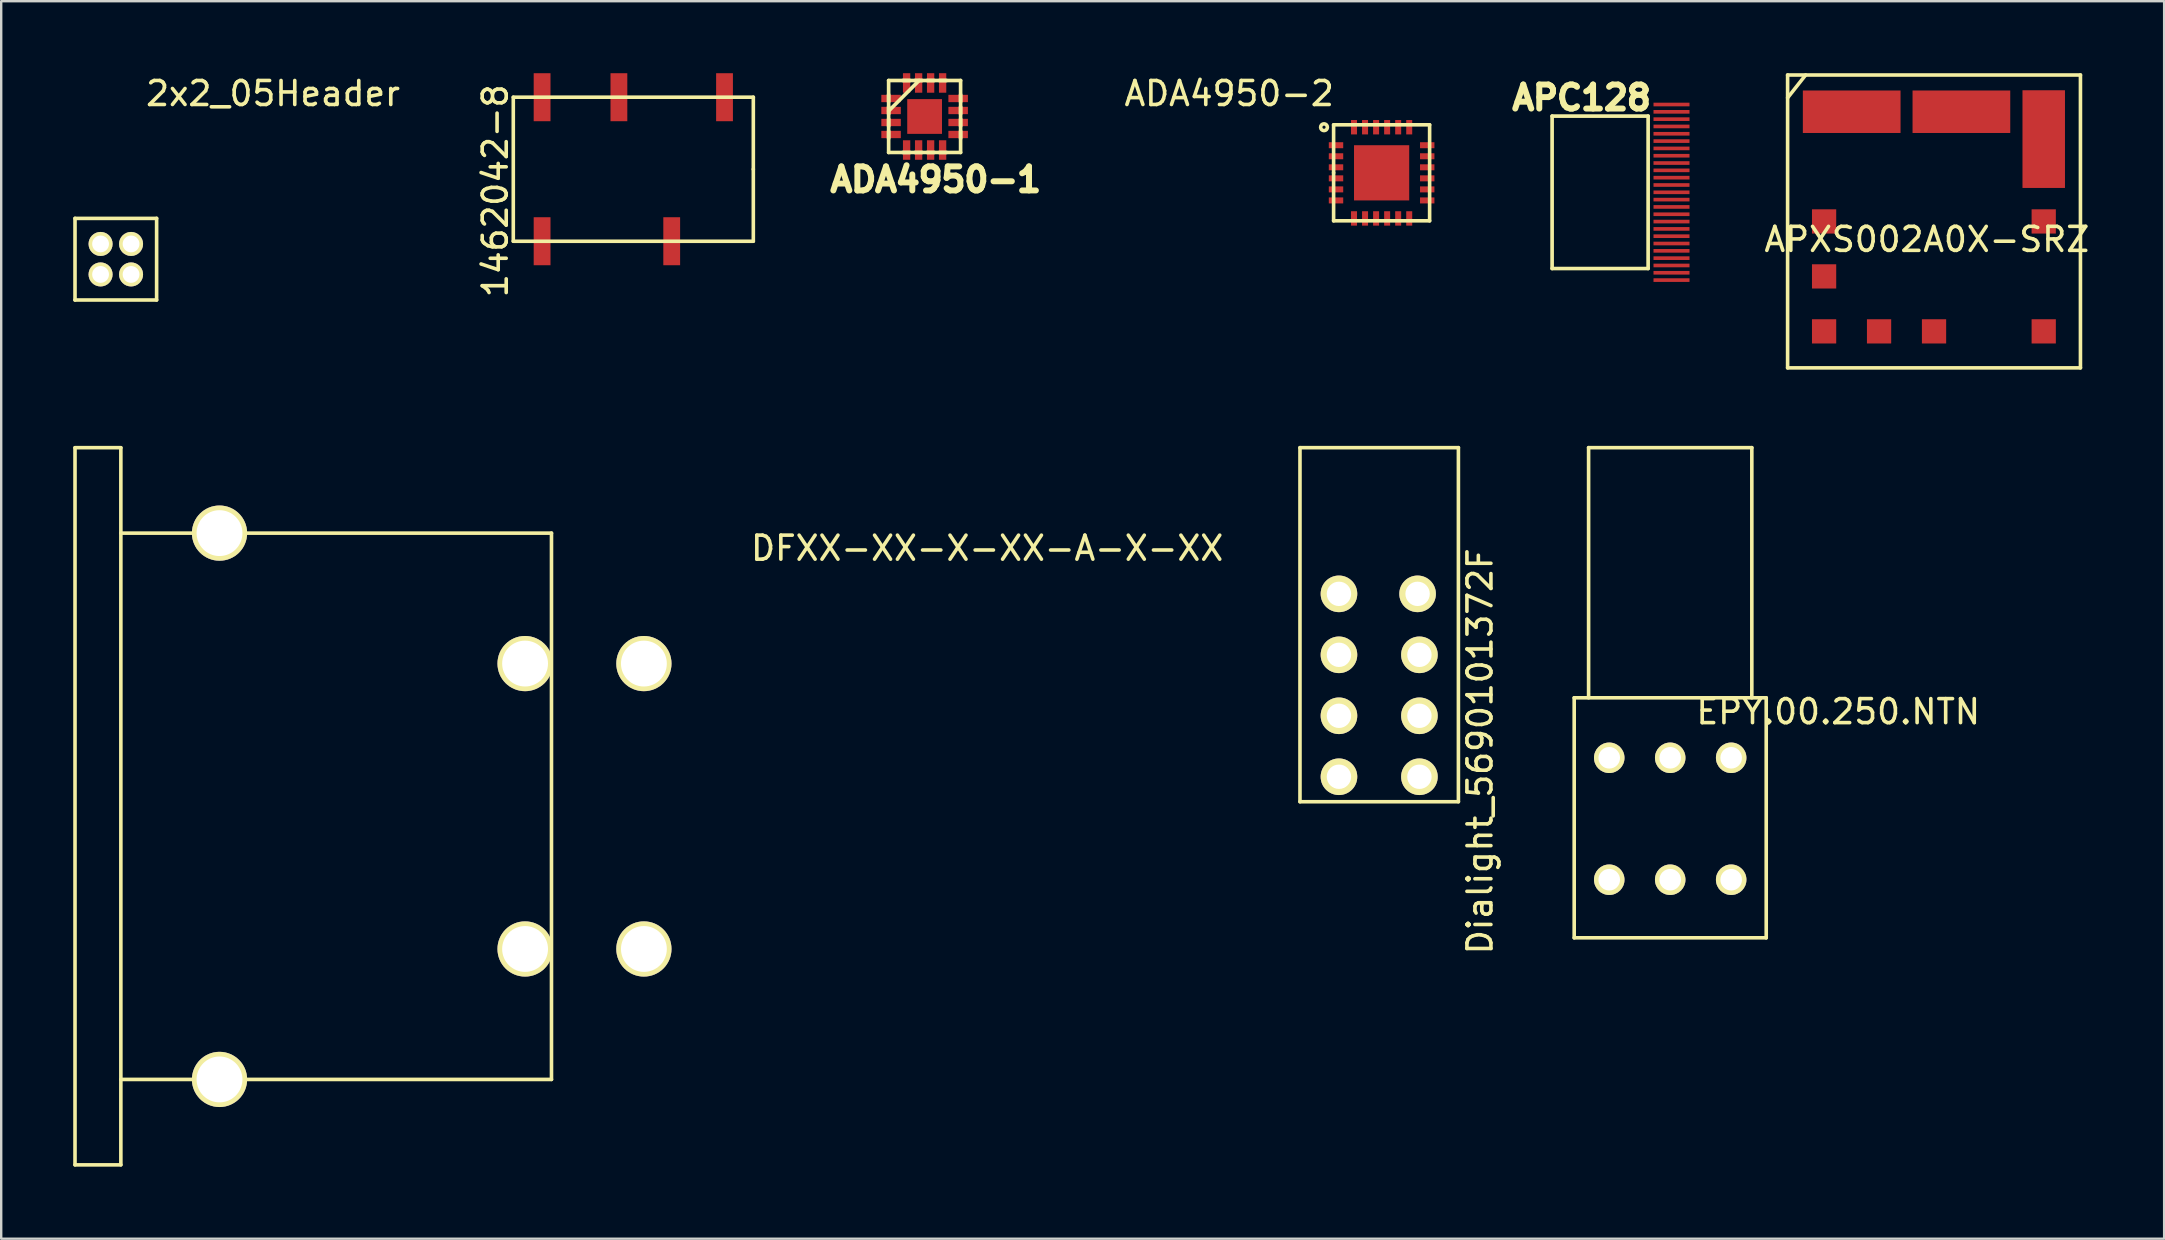
<source format=kicad_pcb>
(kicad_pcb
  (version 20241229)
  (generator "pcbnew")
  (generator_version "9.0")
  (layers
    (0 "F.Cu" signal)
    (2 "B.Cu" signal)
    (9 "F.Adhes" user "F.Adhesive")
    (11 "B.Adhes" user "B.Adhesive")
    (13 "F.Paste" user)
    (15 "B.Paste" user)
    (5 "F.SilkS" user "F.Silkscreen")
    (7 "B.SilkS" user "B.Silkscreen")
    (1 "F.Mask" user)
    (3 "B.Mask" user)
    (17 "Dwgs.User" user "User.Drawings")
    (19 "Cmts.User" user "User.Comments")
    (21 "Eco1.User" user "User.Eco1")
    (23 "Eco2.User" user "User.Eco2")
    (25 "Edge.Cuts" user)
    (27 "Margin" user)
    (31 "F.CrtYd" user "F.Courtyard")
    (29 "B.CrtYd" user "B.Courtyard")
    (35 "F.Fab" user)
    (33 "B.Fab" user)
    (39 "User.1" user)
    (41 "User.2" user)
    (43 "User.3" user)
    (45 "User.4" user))
  (footprint "2x2_05Header"
    (layer "F.Cu")
    (at 1.775 7.748)
    (property "Reference" "2x2_05Header" (at 6.55 -6.9 0) (layer "F.SilkS") (effects (font (size 1 1) (thickness 0.15))))
    (attr through_hole)
    (fp_line (start -1.7 -1.7) (end -1.7 1.7) (stroke (width 0.15) (type solid)) (layer "F.SilkS"))
    (fp_line (start -1.7 1.7) (end 1.7 1.7) (stroke (width 0.15) (type solid)) (layer "F.SilkS"))
    (fp_line (start 1.7 -1.7) (end -1.7 -1.7) (stroke (width 0.15) (type solid)) (layer "F.SilkS"))
    (fp_line (start 1.7 1.7) (end 1.7 -1.7) (stroke (width 0.15) (type solid)) (layer "F.SilkS"))
    (pad "1" thru_hole circle (at -0.635 0.635) (size 1 1) (drill 0.7) (layers "*.Cu" "*.Mask" "F.SilkS"))
    (pad "2" thru_hole circle (at -0.635 -0.635) (size 1 1) (drill 0.7) (layers "*.Cu" "*.Mask" "F.SilkS"))
    (pad "3" thru_hole circle (at 0.635 0.635) (size 1 1) (drill 0.7) (layers "*.Cu" "*.Mask" "F.SilkS"))
    (pad "4" thru_hole circle (at 0.635 -0.635) (size 1 1) (drill 0.7) (layers "*.Cu" "*.Mask" "F.SilkS")))
  (footprint "1462042-8"
    (layer "F.Cu")
    (at 23.334 4)
    (property "Reference" "1462042-8" (at -5.75 0.9 90) (layer "F.SilkS") (effects (font (size 1 1) (thickness 0.15))))
    (attr through_hole)
    (fp_line (start -5 -3) (end -5 3) (stroke (width 0.15) (type solid)) (layer "F.SilkS"))
    (fp_line (start -5 3) (end 5 3) (stroke (width 0.15) (type solid)) (layer "F.SilkS"))
    (fp_line (start 5 -3) (end -5 -3) (stroke (width 0.15) (type solid)) (layer "F.SilkS"))
    (fp_line (start 5 0) (end 5 -3) (stroke (width 0.15) (type solid)) (layer "F.SilkS"))
    (fp_line (start 5 3) (end 5 0) (stroke (width 0.15) (type solid)) (layer "F.SilkS"))
    (pad "1" smd rect (at -3.8 3) (size 0.7 2) (layers "F.Cu" "F.Mask" "F.Paste"))
    (pad "3" smd rect (at 1.6 3) (size 0.7 2) (layers "F.Cu" "F.Mask" "F.Paste"))
    (pad "5" smd rect (at 3.8 -3) (size 0.7 2) (layers "F.Cu" "F.Mask" "F.Paste"))
    (pad "7" smd rect (at -0.6 -3) (size 0.7 2) (layers "F.Cu" "F.Mask" "F.Paste"))
    (pad "8" smd rect (at -3.8 -3) (size 0.7 2) (layers "F.Cu" "F.Mask" "F.Paste")))
  (footprint "ADA4950-1"
    (layer "F.Cu")
    (at 35.47 1.803)
    (property "Reference" "ADA4950-1" (at -4.061 3.216 0) (layer "F.SilkS") (effects (font (size 1.001 1.001) (thickness 0.249)) (justify left bottom)))
    (attr through_hole)
    (fp_line (start -1.499 -1.499) (end -1.499 1.499) (stroke (width 0.152) (type solid)) (layer "F.SilkS"))
    (fp_line (start -1.499 -0.914) (end -1.499 -0.61) (stroke (width 0.152) (type solid)) (layer "F.SilkS"))
    (fp_line (start -1.499 -0.406) (end -1.499 -0.102) (stroke (width 0.152) (type solid)) (layer "F.SilkS"))
    (fp_line (start -1.499 -0.229) (end -0.229 -1.499) (stroke (width 0.152) (type solid)) (layer "F.SilkS"))
    (fp_line (start -1.499 0.102) (end -1.499 0.406) (stroke (width 0.152) (type solid)) (layer "F.SilkS"))
    (fp_line (start -1.499 0.61) (end -1.499 0.914) (stroke (width 0.152) (type solid)) (layer "F.SilkS"))
    (fp_line (start -1.499 1.499) (end 1.499 1.499) (stroke (width 0.152) (type solid)) (layer "F.SilkS"))
    (fp_line (start -0.914 1.499) (end -0.61 1.499) (stroke (width 0.152) (type solid)) (layer "F.SilkS"))
    (fp_line (start -0.61 -1.499) (end -0.914 -1.499) (stroke (width 0.152) (type solid)) (layer "F.SilkS"))
    (fp_line (start -0.406 1.499) (end -0.102 1.499) (stroke (width 0.152) (type solid)) (layer "F.SilkS"))
    (fp_line (start -0.102 -1.499) (end -0.406 -1.499) (stroke (width 0.152) (type solid)) (layer "F.SilkS"))
    (fp_line (start 0.102 1.499) (end 0.406 1.499) (stroke (width 0.152) (type solid)) (layer "F.SilkS"))
    (fp_line (start 0.406 -1.499) (end 0.102 -1.499) (stroke (width 0.152) (type solid)) (layer "F.SilkS"))
    (fp_line (start 0.61 1.499) (end 0.914 1.499) (stroke (width 0.152) (type solid)) (layer "F.SilkS"))
    (fp_line (start 0.914 -1.499) (end 0.61 -1.499) (stroke (width 0.152) (type solid)) (layer "F.SilkS"))
    (fp_line (start 1.499 -1.499) (end -1.499 -1.499) (stroke (width 0.152) (type solid)) (layer "F.SilkS"))
    (fp_line (start 1.499 -0.61) (end 1.499 -0.914) (stroke (width 0.152) (type solid)) (layer "F.SilkS"))
    (fp_line (start 1.499 -0.102) (end 1.499 -0.406) (stroke (width 0.152) (type solid)) (layer "F.SilkS"))
    (fp_line (start 1.499 0.406) (end 1.499 0.102) (stroke (width 0.152) (type solid)) (layer "F.SilkS"))
    (fp_line (start 1.499 0.914) (end 1.499 0.61) (stroke (width 0.152) (type solid)) (layer "F.SilkS"))
    (fp_line (start 1.499 1.499) (end 1.499 -1.499) (stroke (width 0.152) (type solid)) (layer "F.SilkS"))
    (pad "1" smd rect (at -1.397 -0.75 270) (size 0.305 0.813) (layers "F.Cu" "F.Mask" "F.Paste"))
    (pad "2" smd rect (at -1.397 -0.25 270) (size 0.305 0.813) (layers "F.Cu" "F.Mask" "F.Paste"))
    (pad "3" smd rect (at -1.397 0.25 270) (size 0.305 0.813) (layers "F.Cu" "F.Mask" "F.Paste"))
    (pad "4" smd rect (at -1.397 0.75 270) (size 0.305 0.813) (layers "F.Cu" "F.Mask" "F.Paste"))
    (pad "5" smd rect (at -0.75 1.397 180) (size 0.305 0.813) (layers "F.Cu" "F.Mask" "F.Paste"))
    (pad "6" smd rect (at -0.25 1.397 180) (size 0.305 0.813) (layers "F.Cu" "F.Mask" "F.Paste"))
    (pad "7" smd rect (at 0.25 1.397 180) (size 0.305 0.813) (layers "F.Cu" "F.Mask" "F.Paste"))
    (pad "8" smd rect (at 0.75 1.397 180) (size 0.305 0.813) (layers "F.Cu" "F.Mask" "F.Paste"))
    (pad "9" smd rect (at 1.397 0.75 270) (size 0.305 0.813) (layers "F.Cu" "F.Mask" "F.Paste"))
    (pad "10" smd rect (at 1.397 0.25 270) (size 0.305 0.813) (layers "F.Cu" "F.Mask" "F.Paste"))
    (pad "11" smd rect (at 1.397 -0.25 270) (size 0.305 0.813) (layers "F.Cu" "F.Mask" "F.Paste"))
    (pad "12" smd rect (at 1.397 -0.75 270) (size 0.305 0.813) (layers "F.Cu" "F.Mask" "F.Paste"))
    (pad "13" smd rect (at 0.75 -1.397 180) (size 0.305 0.813) (layers "F.Cu" "F.Mask" "F.Paste"))
    (pad "14" smd rect (at 0.25 -1.397 180) (size 0.305 0.813) (layers "F.Cu" "F.Mask" "F.Paste"))
    (pad "15" smd rect (at -0.25 -1.397 180) (size 0.305 0.813) (layers "F.Cu" "F.Mask" "F.Paste"))
    (pad "16" smd rect (at -0.75 -1.397 180) (size 0.305 0.813) (layers "F.Cu" "F.Mask" "F.Paste"))
    (pad "17" smd rect (at 0 0) (size 1.448 1.448) (layers "F.Cu" "F.Mask" "F.Paste")))
  (footprint "APXS002A0X-SRZ"
    (layer "F.Cu")
    (at 71.423 12.275)
    (property "Reference" "APXS002A0X-SRZ" (at 5.8 -5.35 0) (layer "F.SilkS") (effects (font (size 1 1) (thickness 0.15))))
    (attr through_hole)
    (fp_line (start 0 -12.2) (end 12.2 -12.2) (stroke (width 0.15) (type solid)) (layer "F.SilkS"))
    (fp_line (start 0 0) (end 0 -12.2) (stroke (width 0.15) (type solid)) (layer "F.SilkS"))
    (fp_line (start 0.75 -12.2) (end 0 -11.25) (stroke (width 0.15) (type solid)) (layer "F.SilkS"))
    (fp_line (start 12.2 -12.2) (end 12.2 0) (stroke (width 0.15) (type solid)) (layer "F.SilkS"))
    (fp_line (start 12.2 0) (end 0 0) (stroke (width 0.15) (type solid)) (layer "F.SilkS"))
    (pad "1" smd rect (at 10.67 -6.1) (size 1.01 1.01) (layers "F.Cu" "F.Mask" "F.Paste"))
    (pad "2" smd rect (at 10.67 -9.53) (size 1.77 4.07) (layers "F.Cu" "F.Mask" "F.Paste"))
    (pad "3" smd rect (at 7.24 -10.67) (size 4.07 1.77) (layers "F.Cu" "F.Mask" "F.Paste"))
    (pad "4" smd rect (at 2.67 -10.67) (size 4.07 1.77) (layers "F.Cu" "F.Mask" "F.Paste"))
    (pad "5" smd rect (at 1.52 -6.1) (size 1.01 1.01) (layers "F.Cu" "F.Mask" "F.Paste"))
    (pad "6" smd rect (at 1.52 -3.81) (size 1.01 1.01) (layers "F.Cu" "F.Mask" "F.Paste"))
    (pad "7" smd rect (at 1.52 -1.52) (size 1.01 1.01) (layers "F.Cu" "F.Mask" "F.Paste"))
    (pad "8" smd rect (at 3.81 -1.52) (size 1.01 1.01) (layers "F.Cu" "F.Mask" "F.Paste"))
    (pad "9" smd rect (at 6.1 -1.52) (size 1.01 1.01) (layers "F.Cu" "F.Mask" "F.Paste"))
    (pad "10" smd rect (at 10.67 -1.52) (size 1.01 1.01) (layers "F.Cu" "F.Mask" "F.Paste")))
  (footprint "EPY.00.250.NTN"
    (layer "F.Cu")
    (at 66.532 33.6)
    (property "Reference" "EPY.00.250.NTN" (at 7 -7 0) (layer "F.SilkS") (effects (font (size 1 1) (thickness 0.15))))
    (attr through_hole)
    (fp_line (start -4 2.42) (end -4 -7.58) (stroke (width 0.15) (type solid)) (layer "F.SilkS"))
    (fp_line (start -3.4 -7.58) (end -3.4 -18) (stroke (width 0.15) (type solid)) (layer "F.SilkS"))
    (fp_line (start 3.4 -18) (end -3.4 -18) (stroke (width 0.15) (type solid)) (layer "F.SilkS"))
    (fp_line (start 3.4 -7.58) (end 3.4 -18) (stroke (width 0.15) (type solid)) (layer "F.SilkS"))
    (fp_line (start 4 -7.58) (end -4 -7.58) (stroke (width 0.15) (type solid)) (layer "F.SilkS"))
    (fp_line (start 4 2.42) (end -4 2.42) (stroke (width 0.15) (type solid)) (layer "F.SilkS"))
    (fp_line (start 4 2.42) (end 4 -7.58) (stroke (width 0.15) (type solid)) (layer "F.SilkS"))
    (pad "0" thru_hole circle (at -2.54 -5.08) (size 1.27 1.27) (drill 0.899) (layers "*.Cu" "*.Mask" "F.SilkS"))
    (pad "0" thru_hole circle (at -2.54 0) (size 1.27 1.27) (drill 0.899) (layers "*.Cu" "*.Mask" "F.SilkS"))
    (pad "0" thru_hole circle (at 2.54 -5.08) (size 1.27 1.27) (drill 0.899) (layers "*.Cu" "*.Mask" "F.SilkS"))
    (pad "0" thru_hole circle (at 2.54 0) (size 1.27 1.27) (drill 0.899) (layers "*.Cu" "*.Mask" "F.SilkS"))
    (pad "1" thru_hole circle (at 0 -5.08) (size 1.27 1.27) (drill 0.899) (layers "*.Cu" "*.Mask" "F.SilkS"))
    (pad "2" thru_hole circle (at 0 0) (size 1.27 1.27) (drill 0.899) (layers "*.Cu" "*.Mask" "F.SilkS")))
  (footprint "DFXX-XX-X-XX-A-X-XX"
    (layer "F.Cu")
    (at 18.825 30.54)
    (property "Reference" "DFXX-XX-X-XX-A-X-XX" (at 19.25 -10.75 0) (layer "F.SilkS") (effects (font (size 1 1) (thickness 0.15))))
    (attr through_hole)
    (fp_line (start -18.75 14.935) (end -18.75 -14.935) (stroke (width 0.15) (type solid)) (layer "F.SilkS"))
    (fp_line (start -16.84 -14.94) (end -18.75 -14.94) (stroke (width 0.15) (type solid)) (layer "F.SilkS"))
    (fp_line (start -16.84 -11.38) (end 1.1 -11.38) (stroke (width 0.15) (type solid)) (layer "F.SilkS"))
    (fp_line (start -16.84 14.935) (end -16.84 -14.935) (stroke (width 0.15) (type solid)) (layer "F.SilkS"))
    (fp_line (start -16.84 14.94) (end -18.75 14.94) (stroke (width 0.15) (type solid)) (layer "F.SilkS"))
    (fp_line (start 1.1 -11.38) (end 1.1 11.38) (stroke (width 0.15) (type solid)) (layer "F.SilkS"))
    (fp_line (start 1.1 11.38) (end -16.84 11.38) (stroke (width 0.15) (type solid)) (layer "F.SilkS"))
    (pad "" thru_hole circle (at -12.73 -11.38) (size 2.3 2.3) (drill 1.91) (layers "*.Cu" "*.Mask" "F.SilkS"))
    (pad "" thru_hole circle (at -12.73 11.38) (size 2.3 2.3) (drill 1.91) (layers "*.Cu" "*.Mask" "F.SilkS"))
    (pad "1" thru_hole circle (at 0 -5.945) (size 2.3 2.3) (drill 1.91) (layers "*.Cu" "*.Mask" "F.SilkS"))
    (pad "2" thru_hole circle (at 4.95 -5.945) (size 2.3 2.3) (drill 1.91) (layers "*.Cu" "*.Mask" "F.SilkS"))
    (pad "3" thru_hole circle (at 0 5.945) (size 2.3 2.3) (drill 1.91) (layers "*.Cu" "*.Mask" "F.SilkS"))
    (pad "4" thru_hole circle (at 4.95 5.945) (size 2.3 2.3) (drill 1.91) (layers "*.Cu" "*.Mask" "F.SilkS")))
  (footprint "APC128"
    (layer "F.Cu")
    (at 64.111 1.784)
    (property "Reference" "APC128" (at -1.27 -0.762 0) (layer "F.SilkS") (effects (font (size 1.001 1.001) (thickness 0.249))))
    (attr through_hole)
    (fp_line (start -2.499 0.003) (end 1.501 0.003) (stroke (width 0.152) (type solid)) (layer "F.SilkS"))
    (fp_line (start -2.499 6.353) (end -2.499 0.003) (stroke (width 0.152) (type solid)) (layer "F.SilkS"))
    (fp_line (start 1.501 0.003) (end 1.501 6.353) (stroke (width 0.152) (type solid)) (layer "F.SilkS"))
    (fp_line (start 1.501 6.353) (end -2.499 6.353) (stroke (width 0.152) (type solid)) (layer "F.SilkS"))
    (pad "1" smd rect (at 2.475 -0.48) (size 1.5 0.152) (layers "F.Cu" "F.Mask"))
    (pad "2" smd rect (at 2.475 -0.175) (size 1.5 0.152) (layers "F.Cu" "F.Mask"))
    (pad "3" smd rect (at 2.475 0.13) (size 1.5 0.152) (layers "F.Cu" "F.Mask"))
    (pad "4" smd rect (at 2.475 0.434) (size 1.5 0.152) (layers "F.Cu" "F.Mask"))
    (pad "5" smd rect (at 2.475 0.739) (size 1.5 0.152) (layers "F.Cu" "F.Mask"))
    (pad "6" smd rect (at 2.475 1.044) (size 1.5 0.152) (layers "F.Cu" "F.Mask"))
    (pad "7" smd rect (at 2.475 1.349) (size 1.5 0.152) (layers "F.Cu" "F.Mask"))
    (pad "8" smd rect (at 2.475 1.654) (size 1.5 0.152) (layers "F.Cu" "F.Mask"))
    (pad "9" smd rect (at 2.475 1.958) (size 1.5 0.152) (layers "F.Cu" "F.Mask"))
    (pad "10" smd rect (at 2.475 2.263) (size 1.5 0.152) (layers "F.Cu" "F.Mask"))
    (pad "11" smd rect (at 2.475 2.568) (size 1.5 0.152) (layers "F.Cu" "F.Mask"))
    (pad "13" smd rect (at 2.475 2.873) (size 1.5 0.152) (layers "F.Cu" "F.Mask"))
    (pad "14" smd rect (at 2.475 3.178) (size 1.5 0.152) (layers "F.Cu" "F.Mask"))
    (pad "15" smd rect (at 2.475 3.482) (size 1.5 0.152) (layers "F.Cu" "F.Mask"))
    (pad "16" smd rect (at 2.475 3.787) (size 1.5 0.152) (layers "F.Cu" "F.Mask"))
    (pad "17" smd rect (at 2.475 4.092) (size 1.5 0.152) (layers "F.Cu" "F.Mask"))
    (pad "18" smd rect (at 2.475 4.397) (size 1.5 0.152) (layers "F.Cu" "F.Mask"))
    (pad "19" smd rect (at 2.475 4.702) (size 1.5 0.152) (layers "F.Cu" "F.Mask"))
    (pad "20" smd rect (at 2.475 5.006) (size 1.5 0.152) (layers "F.Cu" "F.Mask"))
    (pad "21" smd rect (at 2.475 5.311) (size 1.5 0.152) (layers "F.Cu" "F.Mask"))
    (pad "23" smd rect (at 2.475 5.616) (size 1.5 0.152) (layers "F.Cu" "F.Mask"))
    (pad "25" smd rect (at 2.475 5.921) (size 1.5 0.152) (layers "F.Cu" "F.Mask"))
    (pad "27" smd rect (at 2.475 6.226) (size 1.5 0.152) (layers "F.Cu" "F.Mask"))
    (pad "28" smd rect (at 2.475 6.53) (size 1.5 0.152) (layers "F.Cu" "F.Mask"))
    (pad "29" smd rect (at 2.475 6.835) (size 1.5 0.152) (layers "F.Cu" "F.Mask")))
  (footprint "ADA4950-2"
    (layer "F.Cu")
    (at 54.509 4.15)
    (property "Reference" "ADA4950-2" (at -6.35 -3.302 0) (layer "F.SilkS") (effects (font (size 1 1) (thickness 0.15))))
    (attr through_hole)
    (fp_line (start -2 -2) (end 2 -2) (stroke (width 0.15) (type solid)) (layer "F.SilkS"))
    (fp_line (start -2 0) (end -2 -2) (stroke (width 0.15) (type solid)) (layer "F.SilkS"))
    (fp_line (start -2 2) (end -2 0) (stroke (width 0.15) (type solid)) (layer "F.SilkS"))
    (fp_line (start 2 -2) (end 2 2) (stroke (width 0.15) (type solid)) (layer "F.SilkS"))
    (fp_line (start 2 2) (end -2 2) (stroke (width 0.15) (type solid)) (layer "F.SilkS"))
    (fp_circle (center -2.4 -1.9) (end -2.3 -1.8) (stroke (width 0.15) (type solid)) (fill no) (layer "F.SilkS"))
    (pad "0" smd rect (at 0 0) (size 2.3 2.3) (layers "F.Cu" "F.Mask" "F.Paste"))
    (pad "1" smd rect (at -1.9 -1.15 90) (size 0.25 0.6) (layers "F.Cu" "F.Mask" "F.Paste"))
    (pad "2" smd rect (at -1.9 -0.69 90) (size 0.25 0.6) (layers "F.Cu" "F.Mask" "F.Paste"))
    (pad "3" smd rect (at -1.9 -0.23 90) (size 0.25 0.6) (layers "F.Cu" "F.Mask" "F.Paste"))
    (pad "3" smd rect (at -1.9 0.23 90) (size 0.25 0.6) (layers "F.Cu" "F.Mask" "F.Paste"))
    (pad "5" smd rect (at -1.9 0.69 90) (size 0.25 0.6) (layers "F.Cu" "F.Mask" "F.Paste"))
    (pad "6" smd rect (at -1.9 1.15 90) (size 0.25 0.6) (layers "F.Cu" "F.Mask" "F.Paste"))
    (pad "7" smd rect (at -1.15 1.9) (size 0.25 0.6) (layers "F.Cu" "F.Mask" "F.Paste"))
    (pad "8" smd rect (at -0.69 1.9) (size 0.25 0.6) (layers "F.Cu" "F.Mask" "F.Paste"))
    (pad "9" smd rect (at -0.23 1.9) (size 0.25 0.6) (layers "F.Cu" "F.Mask" "F.Paste"))
    (pad "9" smd rect (at 0.23 1.9) (size 0.25 0.6) (layers "F.Cu" "F.Mask" "F.Paste"))
    (pad "11" smd rect (at 0.69 1.9) (size 0.25 0.6) (layers "F.Cu" "F.Mask" "F.Paste"))
    (pad "12" smd rect (at 1.15 1.9) (size 0.25 0.6) (layers "F.Cu" "F.Mask" "F.Paste"))
    (pad "13" smd rect (at 1.9 1.15 90) (size 0.25 0.6) (layers "F.Cu" "F.Mask" "F.Paste"))
    (pad "14" smd rect (at 1.9 0.69 90) (size 0.25 0.6) (layers "F.Cu" "F.Mask" "F.Paste"))
    (pad "15" smd rect (at 1.9 -0.23 90) (size 0.25 0.6) (layers "F.Cu" "F.Mask" "F.Paste"))
    (pad "15" smd rect (at 1.9 0.23 90) (size 0.25 0.6) (layers "F.Cu" "F.Mask" "F.Paste"))
    (pad "17" smd rect (at 1.9 -0.69 90) (size 0.25 0.6) (layers "F.Cu" "F.Mask" "F.Paste"))
    (pad "18" smd rect (at 1.9 -1.15 90) (size 0.25 0.6) (layers "F.Cu" "F.Mask" "F.Paste"))
    (pad "19" smd rect (at 1.15 -1.9) (size 0.25 0.6) (layers "F.Cu" "F.Mask" "F.Paste"))
    (pad "20" smd rect (at 0.69 -1.9) (size 0.25 0.6) (layers "F.Cu" "F.Mask" "F.Paste"))
    (pad "21" smd rect (at -0.23 -1.9) (size 0.25 0.6) (layers "F.Cu" "F.Mask" "F.Paste"))
    (pad "21" smd rect (at 0.23 -1.9) (size 0.25 0.6) (layers "F.Cu" "F.Mask" "F.Paste"))
    (pad "23" smd rect (at -0.69 -1.9) (size 0.25 0.6) (layers "F.Cu" "F.Mask" "F.Paste"))
    (pad "24" smd rect (at -1.15 -1.9) (size 0.25 0.6) (layers "F.Cu" "F.Mask" "F.Paste")))
  (footprint "Dialight_5690101372F"
    (layer "F.Cu")
    (at 54.408 25.5)
    (property "Reference" "Dialight_5690101372F" (at 4.2 2.75 90) (layer "F.SilkS") (effects (font (size 1 1) (thickness 0.15))))
    (attr through_hole)
    (fp_line (start -3.3 -9.9) (end -3.3 4.85) (stroke (width 0.15) (type solid)) (layer "F.SilkS"))
    (fp_line (start -3.3 4.85) (end 3.3 4.85) (stroke (width 0.15) (type solid)) (layer "F.SilkS"))
    (fp_line (start 3.3 -9.9) (end -3.3 -9.9) (stroke (width 0.15) (type solid)) (layer "F.SilkS"))
    (fp_line (start 3.3 4.85) (end 3.3 -9.9) (stroke (width 0.15) (type solid)) (layer "F.SilkS"))
    (pad "1" thru_hole circle (at -1.676 -3.81) (size 1.524 1.524) (drill 1.016) (layers "*.Cu" "*.Mask" "F.SilkS"))
    (pad "2" thru_hole circle (at -1.676 -1.27) (size 1.524 1.524) (drill 1.016) (layers "*.Cu" "*.Mask" "F.SilkS"))
    (pad "3" thru_hole circle (at -1.676 1.27) (size 1.524 1.524) (drill 1.016) (layers "*.Cu" "*.Mask" "F.SilkS"))
    (pad "4" thru_hole circle (at -1.676 3.81) (size 1.524 1.524) (drill 1.016) (layers "*.Cu" "*.Mask" "F.SilkS"))
    (pad "5" thru_hole circle (at 1.676 3.81) (size 1.524 1.524) (drill 1.016) (layers "*.Cu" "*.Mask" "F.SilkS"))
    (pad "6" thru_hole circle (at 1.676 1.27) (size 1.524 1.524) (drill 1.016) (layers "*.Cu" "*.Mask" "F.SilkS"))
    (pad "7" thru_hole circle (at 1.676 -1.27) (size 1.524 1.524) (drill 1.016) (layers "*.Cu" "*.Mask" "F.SilkS"))
    (pad "8" thru_hole circle (at 1.6 -3.81) (size 1.524 1.524) (drill 1.016) (layers "*.Cu" "*.Mask" "F.SilkS")))
  (gr_rect
    (start -3 -3)
    (end 87.11 48.555)
    (stroke (width 0.1) (type default))
    (fill no)
    (layer "Edge.Cuts")))
</source>
